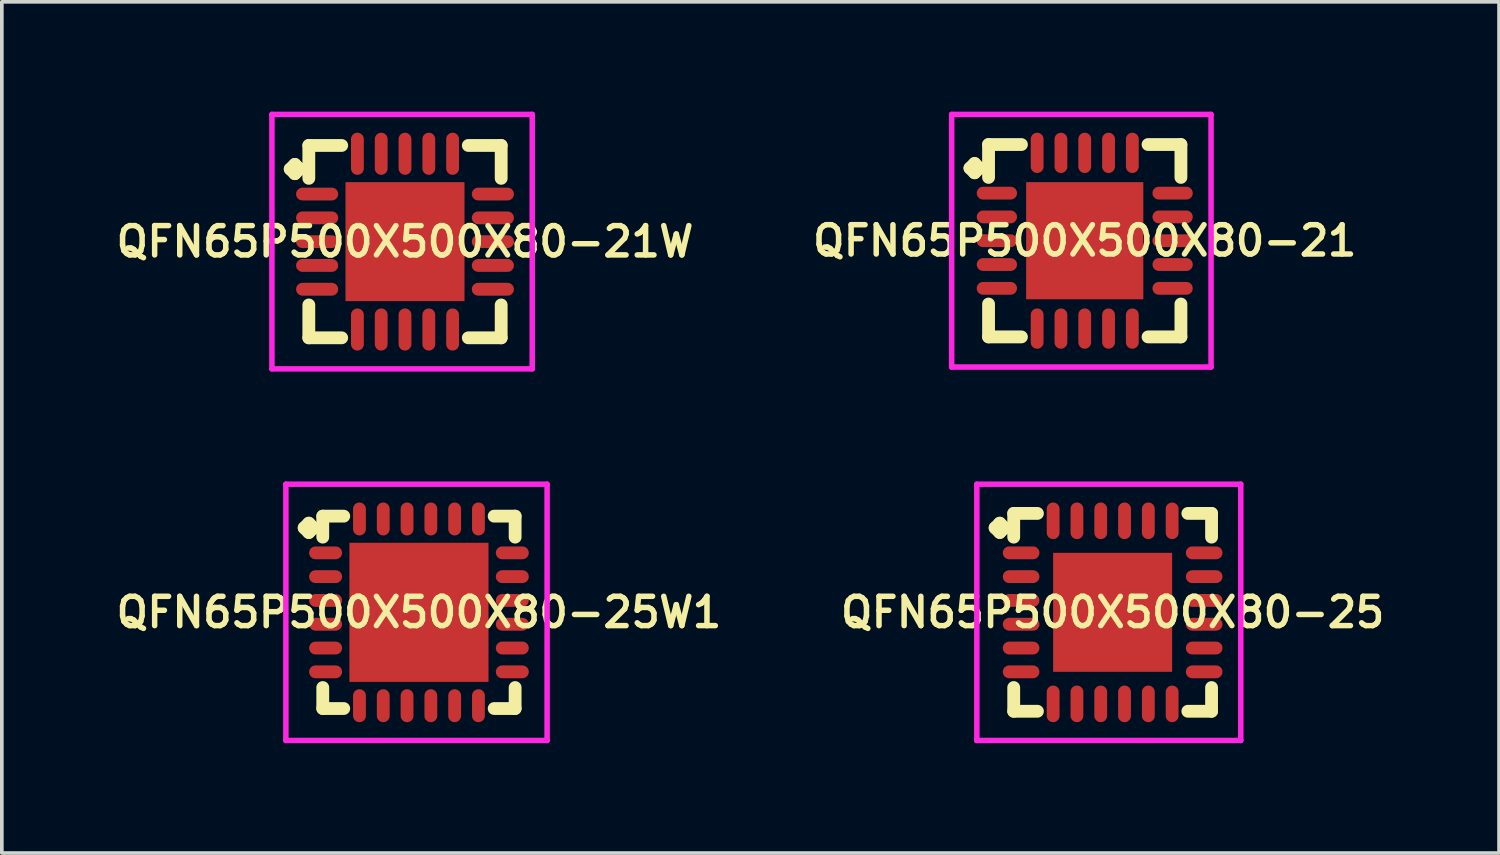
<source format=kicad_pcb>
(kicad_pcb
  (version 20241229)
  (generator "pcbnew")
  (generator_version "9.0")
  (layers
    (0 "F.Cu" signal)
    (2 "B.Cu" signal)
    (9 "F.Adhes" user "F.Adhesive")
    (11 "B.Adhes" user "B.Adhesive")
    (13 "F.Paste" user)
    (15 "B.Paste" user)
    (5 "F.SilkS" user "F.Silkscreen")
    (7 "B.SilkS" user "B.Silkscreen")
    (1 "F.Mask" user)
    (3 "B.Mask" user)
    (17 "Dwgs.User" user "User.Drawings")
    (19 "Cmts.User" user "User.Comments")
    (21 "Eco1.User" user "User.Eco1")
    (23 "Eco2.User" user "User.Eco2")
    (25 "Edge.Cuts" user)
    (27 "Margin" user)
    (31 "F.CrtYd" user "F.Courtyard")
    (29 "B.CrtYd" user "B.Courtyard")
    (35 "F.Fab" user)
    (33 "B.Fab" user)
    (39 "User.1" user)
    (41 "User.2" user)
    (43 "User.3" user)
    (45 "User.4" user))
  (footprint "QFN65P500X500X80-25"
    (layer "F.Cu")
    (at 27.34 13.675)
    (property "Reference" "QFN65P500X500X80-25" (at 0 0 0) (layer "F.SilkS") (effects (font (size 0.8 0.8) (thickness 0.15))))
    (attr smd)
    (fp_line (start -3.21 -2.308) (end -3.083 -2.435) (stroke (width 0.35) (type solid)) (layer "F.SilkS"))
    (fp_line (start -3.083 -2.435) (end -2.956 -2.308) (stroke (width 0.35) (type solid)) (layer "F.SilkS"))
    (fp_line (start -3.083 -2.181) (end -3.21 -2.308) (stroke (width 0.35) (type solid)) (layer "F.SilkS"))
    (fp_line (start -2.956 -2.308) (end -3.083 -2.181) (stroke (width 0.35) (type solid)) (layer "F.SilkS"))
    (fp_line (start -2.702 -2.702) (end -2.054 -2.702) (stroke (width 0.35) (type solid)) (layer "F.SilkS"))
    (fp_line (start -2.702 -2.054) (end -2.702 -2.702) (stroke (width 0.35) (type solid)) (layer "F.SilkS"))
    (fp_line (start -2.702 2.054) (end -2.702 2.702) (stroke (width 0.35) (type solid)) (layer "F.SilkS"))
    (fp_line (start -2.702 2.702) (end -2.054 2.702) (stroke (width 0.35) (type solid)) (layer "F.SilkS"))
    (fp_line (start 2.054 -2.702) (end 2.702 -2.702) (stroke (width 0.35) (type solid)) (layer "F.SilkS"))
    (fp_line (start 2.054 2.702) (end 2.702 2.702) (stroke (width 0.35) (type solid)) (layer "F.SilkS"))
    (fp_line (start 2.702 -2.702) (end 2.702 -2.054) (stroke (width 0.35) (type solid)) (layer "F.SilkS"))
    (fp_line (start 2.702 2.702) (end 2.702 2.054) (stroke (width 0.35) (type solid)) (layer "F.SilkS"))
    (fp_line (start -3.71 -3.5) (end 3.5 -3.5) (stroke (width 0.15) (type solid)) (layer "F.CrtYd"))
    (fp_line (start -3.71 3.5) (end -3.71 -3.5) (stroke (width 0.15) (type solid)) (layer "F.CrtYd"))
    (fp_line (start 3.5 -3.5) (end 3.5 3.5) (stroke (width 0.15) (type solid)) (layer "F.CrtYd"))
    (fp_line (start 3.5 3.5) (end -3.71 3.5) (stroke (width 0.15) (type solid)) (layer "F.CrtYd"))
    (pad "1" smd oval (at -2.5 -1.625) (size 1 0.35) (layers "F.Cu" "F.Mask" "F.Paste"))
    (pad "2" smd oval (at -2.5 -0.975) (size 1 0.35) (layers "F.Cu" "F.Mask" "F.Paste"))
    (pad "3" smd oval (at -2.5 -0.325) (size 1 0.35) (layers "F.Cu" "F.Mask" "F.Paste"))
    (pad "4" smd oval (at -2.5 0.325) (size 1 0.35) (layers "F.Cu" "F.Mask" "F.Paste"))
    (pad "5" smd oval (at -2.5 0.975) (size 1 0.35) (layers "F.Cu" "F.Mask" "F.Paste"))
    (pad "6" smd oval (at -2.5 1.625) (size 1 0.35) (layers "F.Cu" "F.Mask" "F.Paste"))
    (pad "7" smd oval (at -1.625 2.5) (size 0.35 1) (layers "F.Cu" "F.Mask" "F.Paste"))
    (pad "8" smd oval (at -0.975 2.5) (size 0.35 1) (layers "F.Cu" "F.Mask" "F.Paste"))
    (pad "9" smd oval (at -0.325 2.5) (size 0.35 1) (layers "F.Cu" "F.Mask" "F.Paste"))
    (pad "10" smd oval (at 0.325 2.5) (size 0.35 1) (layers "F.Cu" "F.Mask" "F.Paste"))
    (pad "11" smd oval (at 0.975 2.5) (size 0.35 1) (layers "F.Cu" "F.Mask" "F.Paste"))
    (pad "12" smd oval (at 1.625 2.5) (size 0.35 1) (layers "F.Cu" "F.Mask" "F.Paste"))
    (pad "13" smd oval (at 2.5 1.625) (size 1 0.35) (layers "F.Cu" "F.Mask" "F.Paste"))
    (pad "14" smd oval (at 2.5 0.975) (size 1 0.35) (layers "F.Cu" "F.Mask" "F.Paste"))
    (pad "15" smd oval (at 2.5 0.325) (size 1 0.35) (layers "F.Cu" "F.Mask" "F.Paste"))
    (pad "16" smd oval (at 2.5 -0.325) (size 1 0.35) (layers "F.Cu" "F.Mask" "F.Paste"))
    (pad "17" smd oval (at 2.5 -0.975) (size 1 0.35) (layers "F.Cu" "F.Mask" "F.Paste"))
    (pad "18" smd oval (at 2.5 -1.625) (size 1 0.35) (layers "F.Cu" "F.Mask" "F.Paste"))
    (pad "19" smd oval (at 1.625 -2.5) (size 0.35 1) (layers "F.Cu" "F.Mask" "F.Paste"))
    (pad "20" smd oval (at 0.975 -2.5) (size 0.35 1) (layers "F.Cu" "F.Mask" "F.Paste"))
    (pad "21" smd oval (at 0.325 -2.5) (size 0.35 1) (layers "F.Cu" "F.Mask" "F.Paste"))
    (pad "22" smd oval (at -0.325 -2.5) (size 0.35 1) (layers "F.Cu" "F.Mask" "F.Paste"))
    (pad "23" smd oval (at -0.975 -2.5) (size 0.35 1) (layers "F.Cu" "F.Mask" "F.Paste"))
    (pad "24" smd oval (at -1.625 -2.5) (size 0.35 1) (layers "F.Cu" "F.Mask" "F.Paste"))
    (pad "25" smd rect (at 0 0) (size 3.25 3.25) (layers "F.Cu" "F.Mask" "F.Paste")))
  (footprint "QFN65P500X500X80-21"
    (layer "F.Cu")
    (at 26.578 3.525)
    (property "Reference" "QFN65P500X500X80-21" (at 0 0 0) (layer "F.SilkS") (effects (font (size 0.8 0.8) (thickness 0.15))))
    (attr smd)
    (fp_line (start -3.135 -1.983) (end -3.008 -2.11) (stroke (width 0.35) (type solid)) (layer "F.SilkS"))
    (fp_line (start -3.008 -2.11) (end -2.881 -1.983) (stroke (width 0.35) (type solid)) (layer "F.SilkS"))
    (fp_line (start -3.008 -1.856) (end -3.135 -1.983) (stroke (width 0.35) (type solid)) (layer "F.SilkS"))
    (fp_line (start -2.881 -1.983) (end -3.008 -1.856) (stroke (width 0.35) (type solid)) (layer "F.SilkS"))
    (fp_line (start -2.627 -2.627) (end -1.729 -2.627) (stroke (width 0.35) (type solid)) (layer "F.SilkS"))
    (fp_line (start -2.627 -1.729) (end -2.627 -2.627) (stroke (width 0.35) (type solid)) (layer "F.SilkS"))
    (fp_line (start -2.627 1.729) (end -2.627 2.627) (stroke (width 0.35) (type solid)) (layer "F.SilkS"))
    (fp_line (start -2.627 2.627) (end -1.729 2.627) (stroke (width 0.35) (type solid)) (layer "F.SilkS"))
    (fp_line (start 1.729 -2.627) (end 2.627 -2.627) (stroke (width 0.35) (type solid)) (layer "F.SilkS"))
    (fp_line (start 1.729 2.627) (end 2.627 2.627) (stroke (width 0.35) (type solid)) (layer "F.SilkS"))
    (fp_line (start 2.627 -2.627) (end 2.627 -1.729) (stroke (width 0.35) (type solid)) (layer "F.SilkS"))
    (fp_line (start 2.627 2.627) (end 2.627 1.729) (stroke (width 0.35) (type solid)) (layer "F.SilkS"))
    (fp_line (start -3.635 -3.45) (end 3.45 -3.45) (stroke (width 0.15) (type solid)) (layer "F.CrtYd"))
    (fp_line (start -3.635 3.45) (end -3.635 -3.45) (stroke (width 0.15) (type solid)) (layer "F.CrtYd"))
    (fp_line (start 3.45 -3.45) (end 3.45 3.45) (stroke (width 0.15) (type solid)) (layer "F.CrtYd"))
    (fp_line (start 3.45 3.45) (end -3.635 3.45) (stroke (width 0.15) (type solid)) (layer "F.CrtYd"))
    (pad "1" smd oval (at -2.4 -1.3) (size 1.1 0.35) (layers "F.Cu" "F.Mask" "F.Paste"))
    (pad "2" smd oval (at -2.4 -0.65) (size 1.1 0.35) (layers "F.Cu" "F.Mask" "F.Paste"))
    (pad "3" smd oval (at -2.4 0) (size 1.1 0.35) (layers "F.Cu" "F.Mask" "F.Paste"))
    (pad "4" smd oval (at -2.4 0.65) (size 1.1 0.35) (layers "F.Cu" "F.Mask" "F.Paste"))
    (pad "5" smd oval (at -2.4 1.3) (size 1.1 0.35) (layers "F.Cu" "F.Mask" "F.Paste"))
    (pad "6" smd oval (at -1.3 2.4) (size 0.35 1.1) (layers "F.Cu" "F.Mask" "F.Paste"))
    (pad "7" smd oval (at -0.65 2.4) (size 0.35 1.1) (layers "F.Cu" "F.Mask" "F.Paste"))
    (pad "8" smd oval (at 0 2.4) (size 0.35 1.1) (layers "F.Cu" "F.Mask" "F.Paste"))
    (pad "9" smd oval (at 0.65 2.4) (size 0.35 1.1) (layers "F.Cu" "F.Mask" "F.Paste"))
    (pad "10" smd oval (at 1.3 2.4) (size 0.35 1.1) (layers "F.Cu" "F.Mask" "F.Paste"))
    (pad "11" smd oval (at 2.4 1.3) (size 1.1 0.35) (layers "F.Cu" "F.Mask" "F.Paste"))
    (pad "12" smd oval (at 2.4 0.65) (size 1.1 0.35) (layers "F.Cu" "F.Mask" "F.Paste"))
    (pad "13" smd oval (at 2.4 0) (size 1.1 0.35) (layers "F.Cu" "F.Mask" "F.Paste"))
    (pad "14" smd oval (at 2.4 -0.65) (size 1.1 0.35) (layers "F.Cu" "F.Mask" "F.Paste"))
    (pad "15" smd oval (at 2.4 -1.3) (size 1.1 0.35) (layers "F.Cu" "F.Mask" "F.Paste"))
    (pad "16" smd oval (at 1.3 -2.4) (size 0.35 1.1) (layers "F.Cu" "F.Mask" "F.Paste"))
    (pad "17" smd oval (at 0.65 -2.4) (size 0.35 1.1) (layers "F.Cu" "F.Mask" "F.Paste"))
    (pad "18" smd oval (at 0 -2.4) (size 0.35 1.1) (layers "F.Cu" "F.Mask" "F.Paste"))
    (pad "19" smd oval (at -0.65 -2.4) (size 0.35 1.1) (layers "F.Cu" "F.Mask" "F.Paste"))
    (pad "20" smd oval (at -1.3 -2.4) (size 0.35 1.1) (layers "F.Cu" "F.Mask" "F.Paste"))
    (pad "21" smd rect (at 0 0) (size 3.2 3.2) (layers "F.Cu" "F.Mask" "F.Paste")))
  (footprint "QFN65P500X500X80-21W"
    (layer "F.Cu")
    (at 8.012 3.55)
    (property "Reference" "QFN65P500X500X80-21W" (at 0 0 0) (layer "F.SilkS") (effects (font (size 0.8 0.8) (thickness 0.15))))
    (attr smd)
    (fp_line (start -3.135 -1.983) (end -3.008 -2.11) (stroke (width 0.35) (type solid)) (layer "F.SilkS"))
    (fp_line (start -3.008 -2.11) (end -2.881 -1.983) (stroke (width 0.35) (type solid)) (layer "F.SilkS"))
    (fp_line (start -3.008 -1.856) (end -3.135 -1.983) (stroke (width 0.35) (type solid)) (layer "F.SilkS"))
    (fp_line (start -2.881 -1.983) (end -3.008 -1.856) (stroke (width 0.35) (type solid)) (layer "F.SilkS"))
    (fp_line (start -2.627 -2.627) (end -1.729 -2.627) (stroke (width 0.35) (type solid)) (layer "F.SilkS"))
    (fp_line (start -2.627 -1.729) (end -2.627 -2.627) (stroke (width 0.35) (type solid)) (layer "F.SilkS"))
    (fp_line (start -2.627 1.729) (end -2.627 2.627) (stroke (width 0.35) (type solid)) (layer "F.SilkS"))
    (fp_line (start -2.627 2.627) (end -1.729 2.627) (stroke (width 0.35) (type solid)) (layer "F.SilkS"))
    (fp_line (start 1.729 -2.627) (end 2.627 -2.627) (stroke (width 0.35) (type solid)) (layer "F.SilkS"))
    (fp_line (start 1.729 2.627) (end 2.627 2.627) (stroke (width 0.35) (type solid)) (layer "F.SilkS"))
    (fp_line (start 2.627 -2.627) (end 2.627 -1.729) (stroke (width 0.35) (type solid)) (layer "F.SilkS"))
    (fp_line (start 2.627 2.627) (end 2.627 1.729) (stroke (width 0.35) (type solid)) (layer "F.SilkS"))
    (fp_line (start -3.635 -3.475) (end 3.475 -3.475) (stroke (width 0.15) (type solid)) (layer "F.CrtYd"))
    (fp_line (start -3.635 3.475) (end -3.635 -3.475) (stroke (width 0.15) (type solid)) (layer "F.CrtYd"))
    (fp_line (start 3.475 -3.475) (end 3.475 3.475) (stroke (width 0.15) (type solid)) (layer "F.CrtYd"))
    (fp_line (start 3.475 3.475) (end -3.635 3.475) (stroke (width 0.15) (type solid)) (layer "F.CrtYd"))
    (pad "1" smd oval (at -2.4 -1.3) (size 1.15 0.35) (layers "F.Cu" "F.Mask" "F.Paste"))
    (pad "2" smd oval (at -2.4 -0.65) (size 1.15 0.35) (layers "F.Cu" "F.Mask" "F.Paste"))
    (pad "3" smd oval (at -2.4 0) (size 1.15 0.35) (layers "F.Cu" "F.Mask" "F.Paste"))
    (pad "4" smd oval (at -2.4 0.65) (size 1.15 0.35) (layers "F.Cu" "F.Mask" "F.Paste"))
    (pad "5" smd oval (at -2.4 1.3) (size 1.15 0.35) (layers "F.Cu" "F.Mask" "F.Paste"))
    (pad "6" smd oval (at -1.3 2.4) (size 0.35 1.15) (layers "F.Cu" "F.Mask" "F.Paste"))
    (pad "7" smd oval (at -0.65 2.4) (size 0.35 1.15) (layers "F.Cu" "F.Mask" "F.Paste"))
    (pad "8" smd oval (at 0 2.4) (size 0.35 1.15) (layers "F.Cu" "F.Mask" "F.Paste"))
    (pad "9" smd oval (at 0.65 2.4) (size 0.35 1.15) (layers "F.Cu" "F.Mask" "F.Paste"))
    (pad "10" smd oval (at 1.3 2.4) (size 0.35 1.15) (layers "F.Cu" "F.Mask" "F.Paste"))
    (pad "11" smd oval (at 2.4 1.3) (size 1.15 0.35) (layers "F.Cu" "F.Mask" "F.Paste"))
    (pad "12" smd oval (at 2.4 0.65) (size 1.15 0.35) (layers "F.Cu" "F.Mask" "F.Paste"))
    (pad "13" smd oval (at 2.4 0) (size 1.15 0.35) (layers "F.Cu" "F.Mask" "F.Paste"))
    (pad "14" smd oval (at 2.4 -0.65) (size 1.15 0.35) (layers "F.Cu" "F.Mask" "F.Paste"))
    (pad "15" smd oval (at 2.4 -1.3) (size 1.15 0.35) (layers "F.Cu" "F.Mask" "F.Paste"))
    (pad "16" smd oval (at 1.3 -2.4) (size 0.35 1.15) (layers "F.Cu" "F.Mask" "F.Paste"))
    (pad "17" smd oval (at 0.65 -2.4) (size 0.35 1.15) (layers "F.Cu" "F.Mask" "F.Paste"))
    (pad "18" smd oval (at 0 -2.4) (size 0.35 1.15) (layers "F.Cu" "F.Mask" "F.Paste"))
    (pad "19" smd oval (at -0.65 -2.4) (size 0.35 1.15) (layers "F.Cu" "F.Mask" "F.Paste"))
    (pad "20" smd oval (at -1.3 -2.4) (size 0.35 1.15) (layers "F.Cu" "F.Mask" "F.Paste"))
    (pad "21" smd rect (at 0 0) (size 3.25 3.25) (layers "F.Cu" "F.Mask" "F.Paste")))
  (footprint "QFN65P500X500X80-25W1"
    (layer "F.Cu")
    (at 8.393 13.675)
    (property "Reference" "QFN65P500X500X80-25W1" (at 0 0 0) (layer "F.SilkS") (effects (font (size 0.8 0.8) (thickness 0.15))))
    (attr smd)
    (fp_line (start -3.135 -2.308) (end -3.008 -2.435) (stroke (width 0.35) (type solid)) (layer "F.SilkS"))
    (fp_line (start -3.008 -2.435) (end -2.881 -2.308) (stroke (width 0.35) (type solid)) (layer "F.SilkS"))
    (fp_line (start -3.008 -2.181) (end -3.135 -2.308) (stroke (width 0.35) (type solid)) (layer "F.SilkS"))
    (fp_line (start -2.881 -2.308) (end -3.008 -2.181) (stroke (width 0.35) (type solid)) (layer "F.SilkS"))
    (fp_line (start -2.627 -2.627) (end -2.054 -2.627) (stroke (width 0.35) (type solid)) (layer "F.SilkS"))
    (fp_line (start -2.627 -2.054) (end -2.627 -2.627) (stroke (width 0.35) (type solid)) (layer "F.SilkS"))
    (fp_line (start -2.627 2.054) (end -2.627 2.627) (stroke (width 0.35) (type solid)) (layer "F.SilkS"))
    (fp_line (start -2.627 2.627) (end -2.054 2.627) (stroke (width 0.35) (type solid)) (layer "F.SilkS"))
    (fp_line (start 2.054 -2.627) (end 2.627 -2.627) (stroke (width 0.35) (type solid)) (layer "F.SilkS"))
    (fp_line (start 2.054 2.627) (end 2.627 2.627) (stroke (width 0.35) (type solid)) (layer "F.SilkS"))
    (fp_line (start 2.627 -2.627) (end 2.627 -2.054) (stroke (width 0.35) (type solid)) (layer "F.SilkS"))
    (fp_line (start 2.627 2.627) (end 2.627 2.054) (stroke (width 0.35) (type solid)) (layer "F.SilkS"))
    (fp_line (start -3.635 -3.5) (end 3.5 -3.5) (stroke (width 0.15) (type solid)) (layer "F.CrtYd"))
    (fp_line (start -3.635 3.5) (end -3.635 -3.5) (stroke (width 0.15) (type solid)) (layer "F.CrtYd"))
    (fp_line (start 3.5 -3.5) (end 3.5 3.5) (stroke (width 0.15) (type solid)) (layer "F.CrtYd"))
    (fp_line (start 3.5 3.5) (end -3.635 3.5) (stroke (width 0.15) (type solid)) (layer "F.CrtYd"))
    (pad "1" smd oval (at -2.55 -1.625) (size 0.9 0.35) (layers "F.Cu" "F.Mask" "F.Paste"))
    (pad "2" smd oval (at -2.55 -0.975) (size 0.9 0.35) (layers "F.Cu" "F.Mask" "F.Paste"))
    (pad "3" smd oval (at -2.55 -0.325) (size 0.9 0.35) (layers "F.Cu" "F.Mask" "F.Paste"))
    (pad "4" smd oval (at -2.55 0.325) (size 0.9 0.35) (layers "F.Cu" "F.Mask" "F.Paste"))
    (pad "5" smd oval (at -2.55 0.975) (size 0.9 0.35) (layers "F.Cu" "F.Mask" "F.Paste"))
    (pad "6" smd oval (at -2.55 1.625) (size 0.9 0.35) (layers "F.Cu" "F.Mask" "F.Paste"))
    (pad "7" smd oval (at -1.625 2.55) (size 0.35 0.9) (layers "F.Cu" "F.Mask" "F.Paste"))
    (pad "8" smd oval (at -0.975 2.55) (size 0.35 0.9) (layers "F.Cu" "F.Mask" "F.Paste"))
    (pad "9" smd oval (at -0.325 2.55) (size 0.35 0.9) (layers "F.Cu" "F.Mask" "F.Paste"))
    (pad "10" smd oval (at 0.325 2.55) (size 0.35 0.9) (layers "F.Cu" "F.Mask" "F.Paste"))
    (pad "11" smd oval (at 0.975 2.55) (size 0.35 0.9) (layers "F.Cu" "F.Mask" "F.Paste"))
    (pad "12" smd oval (at 1.625 2.55) (size 0.35 0.9) (layers "F.Cu" "F.Mask" "F.Paste"))
    (pad "13" smd oval (at 2.55 1.625) (size 0.9 0.35) (layers "F.Cu" "F.Mask" "F.Paste"))
    (pad "14" smd oval (at 2.55 0.975) (size 0.9 0.35) (layers "F.Cu" "F.Mask" "F.Paste"))
    (pad "15" smd oval (at 2.55 0.325) (size 0.9 0.35) (layers "F.Cu" "F.Mask" "F.Paste"))
    (pad "16" smd oval (at 2.55 -0.325) (size 0.9 0.35) (layers "F.Cu" "F.Mask" "F.Paste"))
    (pad "17" smd oval (at 2.55 -0.975) (size 0.9 0.35) (layers "F.Cu" "F.Mask" "F.Paste"))
    (pad "18" smd oval (at 2.55 -1.625) (size 0.9 0.35) (layers "F.Cu" "F.Mask" "F.Paste"))
    (pad "19" smd oval (at 1.625 -2.55) (size 0.35 0.9) (layers "F.Cu" "F.Mask" "F.Paste"))
    (pad "20" smd oval (at 0.975 -2.55) (size 0.35 0.9) (layers "F.Cu" "F.Mask" "F.Paste"))
    (pad "21" smd oval (at 0.325 -2.55) (size 0.35 0.9) (layers "F.Cu" "F.Mask" "F.Paste"))
    (pad "22" smd oval (at -0.325 -2.55) (size 0.35 0.9) (layers "F.Cu" "F.Mask" "F.Paste"))
    (pad "23" smd oval (at -0.975 -2.55) (size 0.35 0.9) (layers "F.Cu" "F.Mask" "F.Paste"))
    (pad "24" smd oval (at -1.625 -2.55) (size 0.35 0.9) (layers "F.Cu" "F.Mask" "F.Paste"))
    (pad "25" smd rect (at 0 0) (size 3.8 3.8) (layers "F.Cu" "F.Mask" "F.Paste")))
  (gr_rect
    (start -3 -3)
    (end 37.894 20.25)
    (stroke (width 0.1) (type default))
    (fill no)
    (layer "Edge.Cuts")))
</source>
